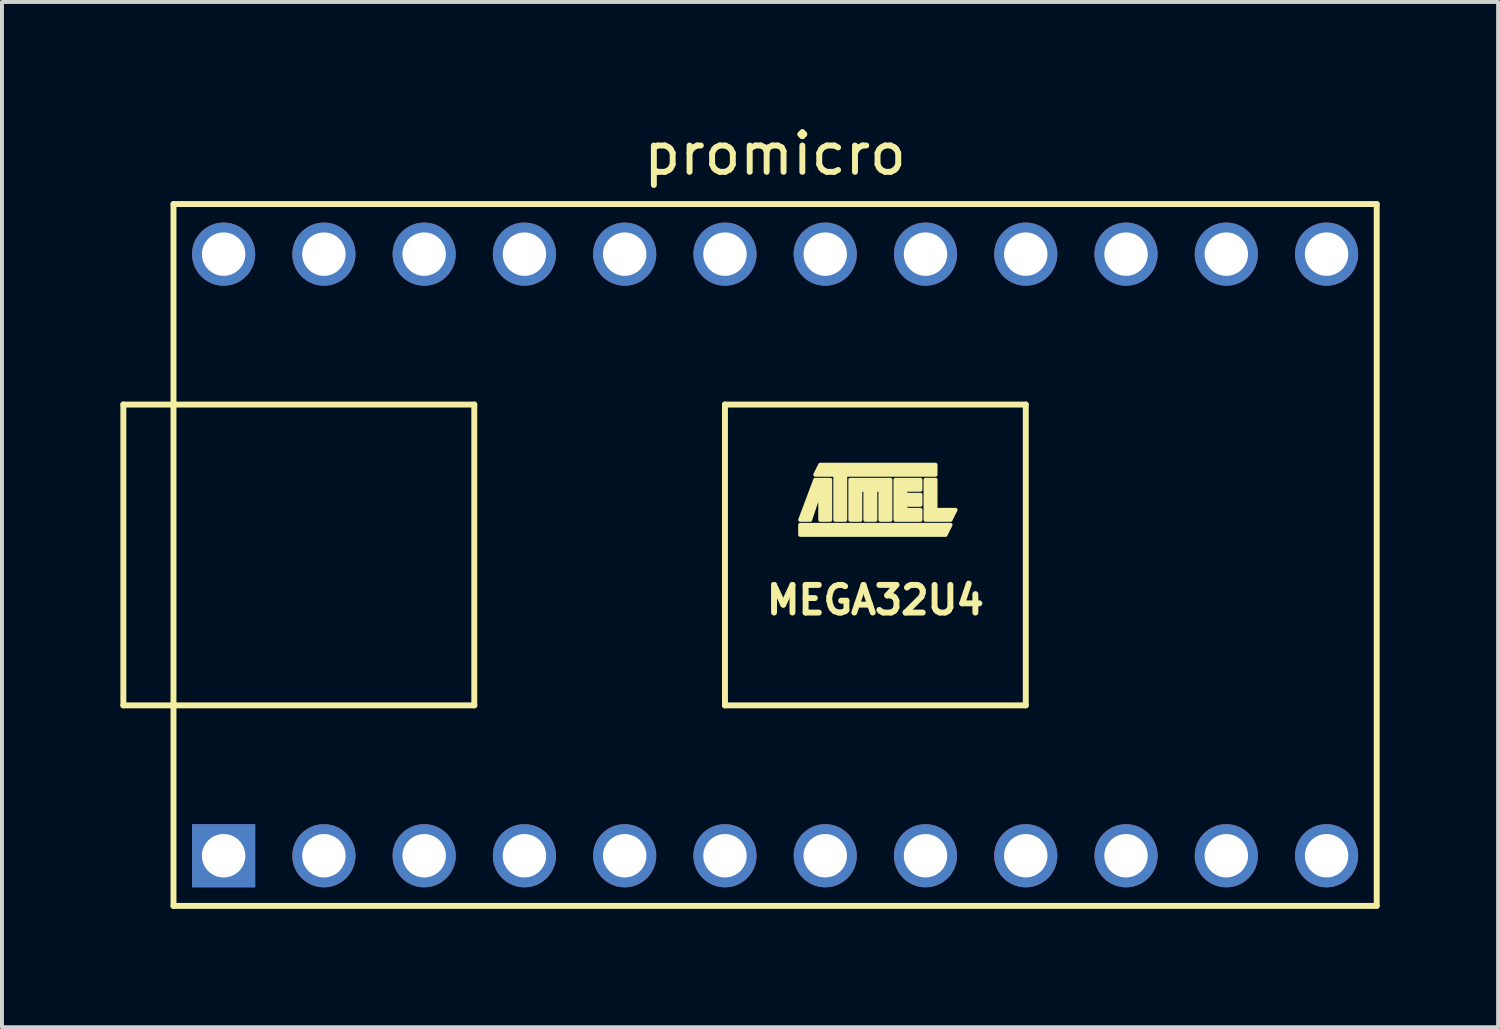
<source format=kicad_pcb>
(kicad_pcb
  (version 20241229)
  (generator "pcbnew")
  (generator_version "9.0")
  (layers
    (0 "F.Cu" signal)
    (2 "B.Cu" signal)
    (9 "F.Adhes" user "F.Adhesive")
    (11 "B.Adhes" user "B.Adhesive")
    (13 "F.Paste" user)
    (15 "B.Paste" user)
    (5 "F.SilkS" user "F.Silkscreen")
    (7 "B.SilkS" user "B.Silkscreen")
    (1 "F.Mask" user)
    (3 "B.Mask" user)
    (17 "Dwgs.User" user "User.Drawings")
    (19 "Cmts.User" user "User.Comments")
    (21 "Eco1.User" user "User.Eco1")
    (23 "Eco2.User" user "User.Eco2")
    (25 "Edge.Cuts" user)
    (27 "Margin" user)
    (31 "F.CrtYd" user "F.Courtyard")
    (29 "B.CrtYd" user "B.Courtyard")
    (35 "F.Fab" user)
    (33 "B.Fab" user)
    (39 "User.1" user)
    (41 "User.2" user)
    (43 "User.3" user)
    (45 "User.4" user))
  (footprint "promicro"
    (layer "F.Cu")
    (at 16.585 11.008)
    (property "Reference" "promicro" (at 0 -10.16 0) (layer "F.SilkS") (effects (font (size 1 1) (thickness 0.15))))
    (attr through_hole)
    (fp_line (start -16.51 -3.81) (end -7.62 -3.81) (stroke (width 0.15) (type solid)) (layer "F.SilkS"))
    (fp_line (start -16.51 3.81) (end -16.51 -3.81) (stroke (width 0.15) (type solid)) (layer "F.SilkS"))
    (fp_line (start -15.24 -8.89) (end 15.24 -8.89) (stroke (width 0.15) (type solid)) (layer "F.SilkS"))
    (fp_line (start -15.24 8.89) (end -15.24 -8.89) (stroke (width 0.15) (type solid)) (layer "F.SilkS"))
    (fp_line (start -7.62 -3.81) (end -7.62 3.81) (stroke (width 0.15) (type solid)) (layer "F.SilkS"))
    (fp_line (start -7.62 3.81) (end -16.51 3.81) (stroke (width 0.15) (type solid)) (layer "F.SilkS"))
    (fp_line (start -1.27 -3.81) (end -1.27 3.81) (stroke (width 0.15) (type solid)) (layer "F.SilkS"))
    (fp_line (start -1.27 3.81) (end 6.35 3.81) (stroke (width 0.15) (type solid)) (layer "F.SilkS"))
    (fp_line (start 6.35 -3.81) (end -1.27 -3.81) (stroke (width 0.15) (type solid)) (layer "F.SilkS"))
    (fp_line (start 6.35 3.81) (end 6.35 -3.81) (stroke (width 0.15) (type solid)) (layer "F.SilkS"))
    (fp_line (start 15.24 -8.89) (end 15.24 8.89) (stroke (width 0.15) (type solid)) (layer "F.SilkS"))
    (fp_line (start 15.24 8.89) (end -15.24 8.89) (stroke (width 0.15) (type solid)) (layer "F.SilkS"))
    (fp_poly (pts (xy 0.635 -0.762) (xy 4.445 -0.762) (xy 4.318 -0.508) (xy 0.635 -0.508)) (stroke (width 0.1) (type solid)) (fill yes) (layer "F.SilkS"))
    (fp_poly (pts (xy 3.81 -1.905) (xy 3.81 -0.889) (xy 4.445 -0.889) (xy 4.572 -1.143) (xy 4.064 -1.143) (xy 4.064 -1.905)) (stroke (width 0.1) (type solid)) (fill yes) (layer "F.SilkS"))
    (fp_poly (pts (xy 1.397 -0.889) (xy 1.397 -1.905) (xy 1.016 -1.905) (xy 0.635 -0.889) (xy 0.889 -0.889) (xy 1.143 -1.651) (xy 1.143 -0.889)) (stroke (width 0.1) (type solid)) (fill yes) (layer "F.SilkS"))
    (fp_poly (pts (xy 4.064 -2.032) (xy 1.778 -2.032) (xy 1.778 -0.889) (xy 1.524 -0.889) (xy 1.524 -2.032) (xy 1.016 -2.032) (xy 1.143 -2.286) (xy 4.064 -2.286)) (stroke (width 0.1) (type solid)) (fill yes) (layer "F.SilkS"))
    (fp_poly (pts (xy 2.921 -0.889) (xy 2.921 -1.905) (xy 1.905 -1.905) (xy 1.905 -0.889) (xy 2.159 -0.889) (xy 2.159 -1.651) (xy 2.286 -1.651) (xy 2.286 -0.889) (xy 2.54 -0.889) (xy 2.54 -1.651) (xy 2.667 -1.651) (xy 2.667 -0.889)) (stroke (width 0.1) (type solid)) (fill yes) (layer "F.SilkS"))
    (fp_poly (pts (xy 3.048 -1.905) (xy 3.683 -1.905) (xy 3.683 -1.651) (xy 3.302 -1.651) (xy 3.302 -1.524) (xy 3.683 -1.524) (xy 3.683 -1.27) (xy 3.302 -1.27) (xy 3.302 -1.143) (xy 3.683 -1.143) (xy 3.683 -0.889) (xy 3.048 -0.889)) (stroke (width 0.1) (type solid)) (fill yes) (layer "F.SilkS"))
    (fp_text user "MEGA32U4" (at 2.54 1.143 0) (layer "F.SilkS") (effects (font (size 0.7 0.7) (thickness 0.15))))
    (pad "1" thru_hole rect (at -13.97 7.62) (size 1.6 1.6) (drill 1.1) (layers "*.Cu" "*.Mask"))
    (pad "2" thru_hole circle (at -11.43 7.62) (size 1.6 1.6) (drill 1.1) (layers "*.Cu" "*.Mask"))
    (pad "3" thru_hole circle (at -8.89 7.62) (size 1.6 1.6) (drill 1.1) (layers "*.Cu" "*.Mask"))
    (pad "4" thru_hole circle (at -6.35 7.62) (size 1.6 1.6) (drill 1.1) (layers "*.Cu" "*.Mask"))
    (pad "5" thru_hole circle (at -3.81 7.62) (size 1.6 1.6) (drill 1.1) (layers "*.Cu" "*.Mask"))
    (pad "6" thru_hole circle (at -1.27 7.62) (size 1.6 1.6) (drill 1.1) (layers "*.Cu" "*.Mask"))
    (pad "7" thru_hole circle (at 1.27 7.62) (size 1.6 1.6) (drill 1.1) (layers "*.Cu" "*.Mask"))
    (pad "8" thru_hole circle (at 3.81 7.62) (size 1.6 1.6) (drill 1.1) (layers "*.Cu" "*.Mask"))
    (pad "9" thru_hole circle (at 6.35 7.62) (size 1.6 1.6) (drill 1.1) (layers "*.Cu" "*.Mask"))
    (pad "10" thru_hole circle (at 8.89 7.62) (size 1.6 1.6) (drill 1.1) (layers "*.Cu" "*.Mask"))
    (pad "11" thru_hole circle (at 11.43 7.62) (size 1.6 1.6) (drill 1.1) (layers "*.Cu" "*.Mask"))
    (pad "12" thru_hole circle (at 13.97 7.62) (size 1.6 1.6) (drill 1.1) (layers "*.Cu" "*.Mask"))
    (pad "13" thru_hole circle (at 13.97 -7.62) (size 1.6 1.6) (drill 1.1) (layers "*.Cu" "*.Mask"))
    (pad "14" thru_hole circle (at 11.43 -7.62) (size 1.6 1.6) (drill 1.1) (layers "*.Cu" "*.Mask"))
    (pad "15" thru_hole circle (at 8.89 -7.62) (size 1.6 1.6) (drill 1.1) (layers "*.Cu" "*.Mask"))
    (pad "16" thru_hole circle (at 6.35 -7.62) (size 1.6 1.6) (drill 1.1) (layers "*.Cu" "*.Mask"))
    (pad "17" thru_hole circle (at 3.81 -7.62) (size 1.6 1.6) (drill 1.1) (layers "*.Cu" "*.Mask"))
    (pad "18" thru_hole circle (at 1.27 -7.62) (size 1.6 1.6) (drill 1.1) (layers "*.Cu" "*.Mask"))
    (pad "19" thru_hole circle (at -1.27 -7.62) (size 1.6 1.6) (drill 1.1) (layers "*.Cu" "*.Mask"))
    (pad "20" thru_hole circle (at -3.81 -7.62) (size 1.6 1.6) (drill 1.1) (layers "*.Cu" "*.Mask"))
    (pad "21" thru_hole circle (at -6.35 -7.62) (size 1.6 1.6) (drill 1.1) (layers "*.Cu" "*.Mask"))
    (pad "22" thru_hole circle (at -8.89 -7.62) (size 1.6 1.6) (drill 1.1) (layers "*.Cu" "*.Mask"))
    (pad "23" thru_hole circle (at -11.43 -7.62) (size 1.6 1.6) (drill 1.1) (layers "*.Cu" "*.Mask"))
    (pad "24" thru_hole circle (at -13.97 -7.62) (size 1.6 1.6) (drill 1.1) (layers "*.Cu" "*.Mask")))
  (gr_rect
    (start -3 -3)
    (end 34.9 22.973)
    (stroke (width 0.1) (type default))
    (fill no)
    (layer "Edge.Cuts")))
</source>
